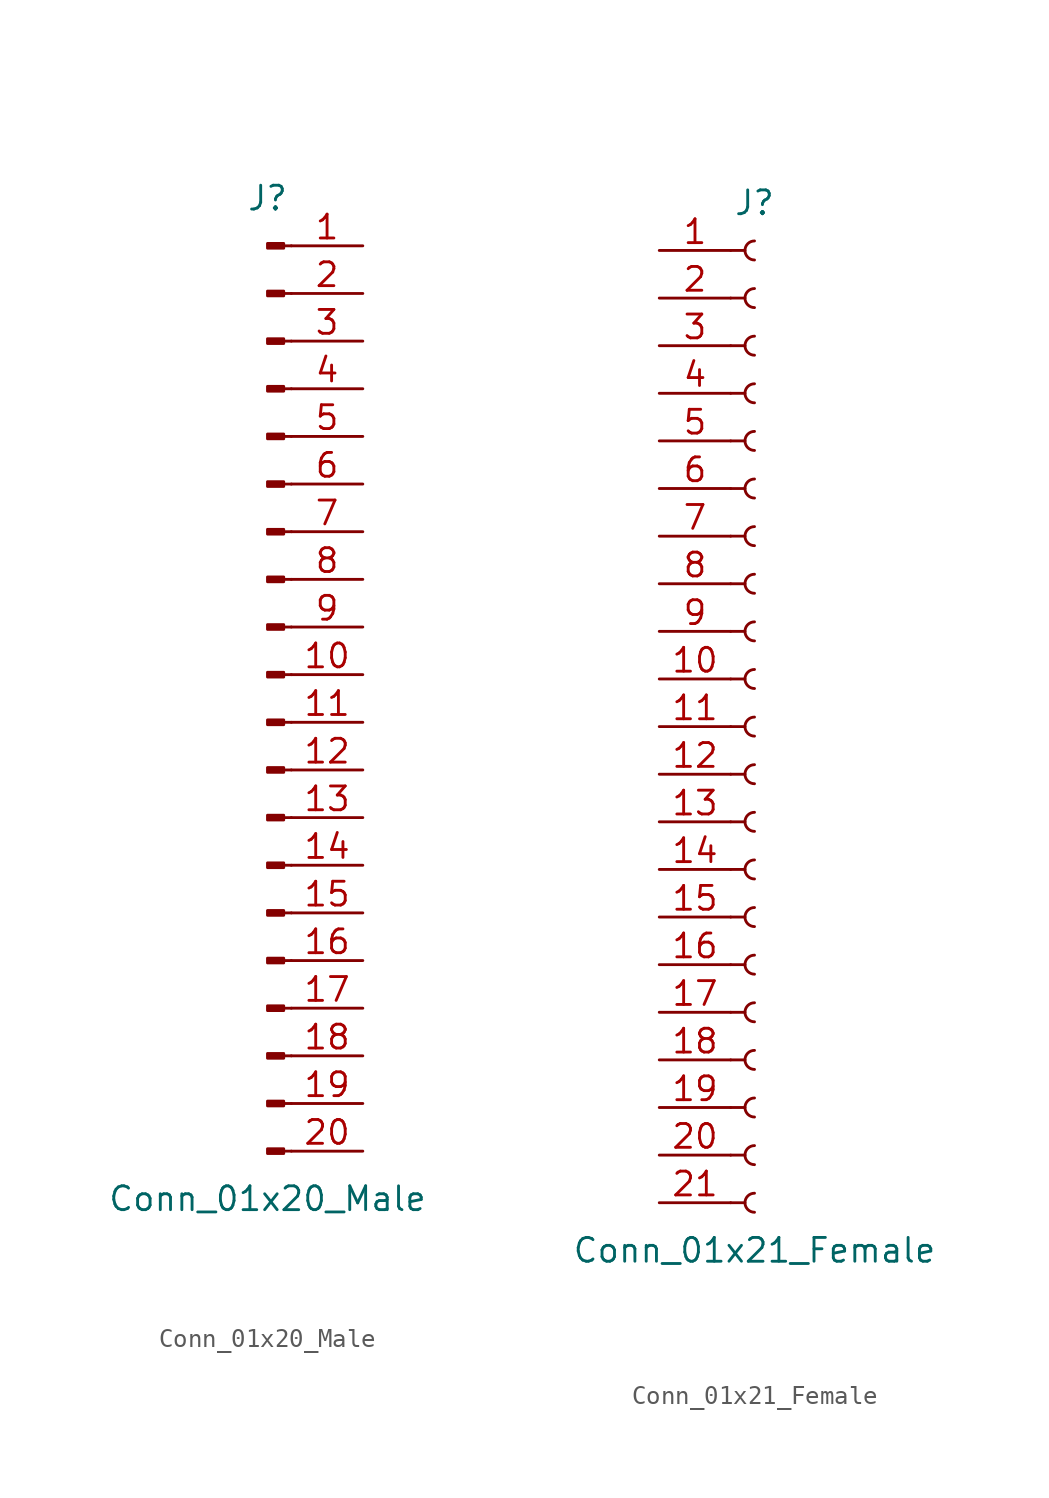
<source format=kicad_sym>
(kicad_symbol_lib
  (version 20220914)
  (generator kicad_symbol_editor)
  (symbol "Conn_01x20_Male"
    (pin_names
      (offset 1.016) hide)
    (property "Reference" "J"
      (at 0 25.4 0)
      (effects (font (size 1.27 1.27))))
    (property "Value" "Conn_01x20_Male"
      (at 0 -27.94 0)
      (effects (font (size 1.27 1.27))))
    (symbol "Conn_01x20_Male_1_1"
      (polyline (pts (xy 1.27 -25.4) (xy 0.864 -25.4)) (stroke (width 0.152) (type default)) (fill (type none)))
      (polyline (pts (xy 1.27 -22.86) (xy 0.864 -22.86)) (stroke (width 0.152) (type default)) (fill (type none)))
      (polyline (pts (xy 1.27 -20.32) (xy 0.864 -20.32)) (stroke (width 0.152) (type default)) (fill (type none)))
      (polyline (pts (xy 1.27 -17.78) (xy 0.864 -17.78)) (stroke (width 0.152) (type default)) (fill (type none)))
      (polyline (pts (xy 1.27 -15.24) (xy 0.864 -15.24)) (stroke (width 0.152) (type default)) (fill (type none)))
      (polyline (pts (xy 1.27 -12.7) (xy 0.864 -12.7)) (stroke (width 0.152) (type default)) (fill (type none)))
      (polyline (pts (xy 1.27 -10.16) (xy 0.864 -10.16)) (stroke (width 0.152) (type default)) (fill (type none)))
      (polyline (pts (xy 1.27 -7.62) (xy 0.864 -7.62)) (stroke (width 0.152) (type default)) (fill (type none)))
      (polyline (pts (xy 1.27 -5.08) (xy 0.864 -5.08)) (stroke (width 0.152) (type default)) (fill (type none)))
      (polyline (pts (xy 1.27 -2.54) (xy 0.864 -2.54)) (stroke (width 0.152) (type default)) (fill (type none)))
      (polyline (pts (xy 1.27 0) (xy 0.864 0)) (stroke (width 0.152) (type default)) (fill (type none)))
      (polyline (pts (xy 1.27 2.54) (xy 0.864 2.54)) (stroke (width 0.152) (type default)) (fill (type none)))
      (polyline (pts (xy 1.27 5.08) (xy 0.864 5.08)) (stroke (width 0.152) (type default)) (fill (type none)))
      (polyline (pts (xy 1.27 7.62) (xy 0.864 7.62)) (stroke (width 0.152) (type default)) (fill (type none)))
      (polyline (pts (xy 1.27 10.16) (xy 0.864 10.16)) (stroke (width 0.152) (type default)) (fill (type none)))
      (polyline (pts (xy 1.27 12.7) (xy 0.864 12.7)) (stroke (width 0.152) (type default)) (fill (type none)))
      (polyline (pts (xy 1.27 15.24) (xy 0.864 15.24)) (stroke (width 0.152) (type default)) (fill (type none)))
      (polyline (pts (xy 1.27 17.78) (xy 0.864 17.78)) (stroke (width 0.152) (type default)) (fill (type none)))
      (polyline (pts (xy 1.27 20.32) (xy 0.864 20.32)) (stroke (width 0.152) (type default)) (fill (type none)))
      (polyline (pts (xy 1.27 22.86) (xy 0.864 22.86)) (stroke (width 0.152) (type default)) (fill (type none)))
      (rectangle (start 0.864 -25.273) (end 0 -25.527) (stroke (width 0.152) (type default)) (fill (type outline)))
      (rectangle (start 0.864 -22.733) (end 0 -22.987) (stroke (width 0.152) (type default)) (fill (type outline)))
      (rectangle (start 0.864 -20.193) (end 0 -20.447) (stroke (width 0.152) (type default)) (fill (type outline)))
      (rectangle (start 0.864 -17.653) (end 0 -17.907) (stroke (width 0.152) (type default)) (fill (type outline)))
      (rectangle (start 0.864 -15.113) (end 0 -15.367) (stroke (width 0.152) (type default)) (fill (type outline)))
      (rectangle (start 0.864 -12.573) (end 0 -12.827) (stroke (width 0.152) (type default)) (fill (type outline)))
      (rectangle (start 0.864 -10.033) (end 0 -10.287) (stroke (width 0.152) (type default)) (fill (type outline)))
      (rectangle (start 0.864 -7.493) (end 0 -7.747) (stroke (width 0.152) (type default)) (fill (type outline)))
      (rectangle (start 0.864 -4.953) (end 0 -5.207) (stroke (width 0.152) (type default)) (fill (type outline)))
      (rectangle (start 0.864 -2.413) (end 0 -2.667) (stroke (width 0.152) (type default)) (fill (type outline)))
      (rectangle (start 0.864 0.127) (end 0 -0.127) (stroke (width 0.152) (type default)) (fill (type outline)))
      (rectangle (start 0.864 2.667) (end 0 2.413) (stroke (width 0.152) (type default)) (fill (type outline)))
      (rectangle (start 0.864 5.207) (end 0 4.953) (stroke (width 0.152) (type default)) (fill (type outline)))
      (rectangle (start 0.864 7.747) (end 0 7.493) (stroke (width 0.152) (type default)) (fill (type outline)))
      (rectangle (start 0.864 10.287) (end 0 10.033) (stroke (width 0.152) (type default)) (fill (type outline)))
      (rectangle (start 0.864 12.827) (end 0 12.573) (stroke (width 0.152) (type default)) (fill (type outline)))
      (rectangle (start 0.864 15.367) (end 0 15.113) (stroke (width 0.152) (type default)) (fill (type outline)))
      (rectangle (start 0.864 17.907) (end 0 17.653) (stroke (width 0.152) (type default)) (fill (type outline)))
      (rectangle (start 0.864 20.447) (end 0 20.193) (stroke (width 0.152) (type default)) (fill (type outline)))
      (rectangle (start 0.864 22.987) (end 0 22.733) (stroke (width 0.152) (type default)) (fill (type outline)))
      (pin passive line (at 5.08 22.86 180) (length 3.81) (name "Pin_1" (effects (font (size 1.27 1.27)))) (number "1" (effects (font (size 1.27 1.27)))))
      (pin passive line (at 5.08 0 180) (length 3.81) (name "Pin_10" (effects (font (size 1.27 1.27)))) (number "10" (effects (font (size 1.27 1.27)))))
      (pin passive line (at 5.08 -2.54 180) (length 3.81) (name "Pin_11" (effects (font (size 1.27 1.27)))) (number "11" (effects (font (size 1.27 1.27)))))
      (pin passive line (at 5.08 -5.08 180) (length 3.81) (name "Pin_12" (effects (font (size 1.27 1.27)))) (number "12" (effects (font (size 1.27 1.27)))))
      (pin passive line (at 5.08 -7.62 180) (length 3.81) (name "Pin_13" (effects (font (size 1.27 1.27)))) (number "13" (effects (font (size 1.27 1.27)))))
      (pin passive line (at 5.08 -10.16 180) (length 3.81) (name "Pin_14" (effects (font (size 1.27 1.27)))) (number "14" (effects (font (size 1.27 1.27)))))
      (pin passive line (at 5.08 -12.7 180) (length 3.81) (name "Pin_15" (effects (font (size 1.27 1.27)))) (number "15" (effects (font (size 1.27 1.27)))))
      (pin passive line (at 5.08 -15.24 180) (length 3.81) (name "Pin_16" (effects (font (size 1.27 1.27)))) (number "16" (effects (font (size 1.27 1.27)))))
      (pin passive line (at 5.08 -17.78 180) (length 3.81) (name "Pin_17" (effects (font (size 1.27 1.27)))) (number "17" (effects (font (size 1.27 1.27)))))
      (pin passive line (at 5.08 -20.32 180) (length 3.81) (name "Pin_18" (effects (font (size 1.27 1.27)))) (number "18" (effects (font (size 1.27 1.27)))))
      (pin passive line (at 5.08 -22.86 180) (length 3.81) (name "Pin_19" (effects (font (size 1.27 1.27)))) (number "19" (effects (font (size 1.27 1.27)))))
      (pin passive line (at 5.08 20.32 180) (length 3.81) (name "Pin_2" (effects (font (size 1.27 1.27)))) (number "2" (effects (font (size 1.27 1.27)))))
      (pin passive line (at 5.08 -25.4 180) (length 3.81) (name "Pin_20" (effects (font (size 1.27 1.27)))) (number "20" (effects (font (size 1.27 1.27)))))
      (pin passive line (at 5.08 17.78 180) (length 3.81) (name "Pin_3" (effects (font (size 1.27 1.27)))) (number "3" (effects (font (size 1.27 1.27)))))
      (pin passive line (at 5.08 15.24 180) (length 3.81) (name "Pin_4" (effects (font (size 1.27 1.27)))) (number "4" (effects (font (size 1.27 1.27)))))
      (pin passive line (at 5.08 12.7 180) (length 3.81) (name "Pin_5" (effects (font (size 1.27 1.27)))) (number "5" (effects (font (size 1.27 1.27)))))
      (pin passive line (at 5.08 10.16 180) (length 3.81) (name "Pin_6" (effects (font (size 1.27 1.27)))) (number "6" (effects (font (size 1.27 1.27)))))
      (pin passive line (at 5.08 7.62 180) (length 3.81) (name "Pin_7" (effects (font (size 1.27 1.27)))) (number "7" (effects (font (size 1.27 1.27)))))
      (pin passive line (at 5.08 5.08 180) (length 3.81) (name "Pin_8" (effects (font (size 1.27 1.27)))) (number "8" (effects (font (size 1.27 1.27)))))
      (pin passive line (at 5.08 2.54 180) (length 3.81) (name "Pin_9" (effects (font (size 1.27 1.27)))) (number "9" (effects (font (size 1.27 1.27)))))))
  (symbol "Conn_01x21_Female"
    (pin_names
      (offset 1.016) hide)
    (property "Reference" "J"
      (at 0 27.94 0)
      (effects (font (size 1.27 1.27))))
    (property "Value" "Conn_01x21_Female"
      (at 0 -27.94 0)
      (effects (font (size 1.27 1.27))))
    (symbol "Conn_01x21_Female_1_1"
      (arc (start 0 -24.892) (mid -0.5058 -25.4) (end 0 -25.908) (stroke (width 0.1524) (type default)) (fill (type none)))
      (arc (start 0 -22.352) (mid -0.5058 -22.86) (end 0 -23.368) (stroke (width 0.1524) (type default)) (fill (type none)))
      (arc (start 0 -19.812) (mid -0.5058 -20.32) (end 0 -20.828) (stroke (width 0.1524) (type default)) (fill (type none)))
      (arc (start 0 -17.272) (mid -0.5058 -17.78) (end 0 -18.288) (stroke (width 0.1524) (type default)) (fill (type none)))
      (arc (start 0 -14.732) (mid -0.5058 -15.24) (end 0 -15.748) (stroke (width 0.1524) (type default)) (fill (type none)))
      (arc (start 0 -12.192) (mid -0.5058 -12.7) (end 0 -13.208) (stroke (width 0.1524) (type default)) (fill (type none)))
      (arc (start 0 -9.652) (mid -0.5058 -10.16) (end 0 -10.668) (stroke (width 0.1524) (type default)) (fill (type none)))
      (arc (start 0 -7.112) (mid -0.5058 -7.62) (end 0 -8.128) (stroke (width 0.1524) (type default)) (fill (type none)))
      (arc (start 0 -4.572) (mid -0.5058 -5.08) (end 0 -5.588) (stroke (width 0.1524) (type default)) (fill (type none)))
      (arc (start 0 -2.032) (mid -0.5058 -2.54) (end 0 -3.048) (stroke (width 0.1524) (type default)) (fill (type none)))
      (polyline (pts (xy -1.27 -25.4) (xy -0.508 -25.4)) (stroke (width 0.152) (type default)) (fill (type none)))
      (polyline (pts (xy -1.27 -22.86) (xy -0.508 -22.86)) (stroke (width 0.152) (type default)) (fill (type none)))
      (polyline (pts (xy -1.27 -20.32) (xy -0.508 -20.32)) (stroke (width 0.152) (type default)) (fill (type none)))
      (polyline (pts (xy -1.27 -17.78) (xy -0.508 -17.78)) (stroke (width 0.152) (type default)) (fill (type none)))
      (polyline (pts (xy -1.27 -15.24) (xy -0.508 -15.24)) (stroke (width 0.152) (type default)) (fill (type none)))
      (polyline (pts (xy -1.27 -12.7) (xy -0.508 -12.7)) (stroke (width 0.152) (type default)) (fill (type none)))
      (polyline (pts (xy -1.27 -10.16) (xy -0.508 -10.16)) (stroke (width 0.152) (type default)) (fill (type none)))
      (polyline (pts (xy -1.27 -7.62) (xy -0.508 -7.62)) (stroke (width 0.152) (type default)) (fill (type none)))
      (polyline (pts (xy -1.27 -5.08) (xy -0.508 -5.08)) (stroke (width 0.152) (type default)) (fill (type none)))
      (polyline (pts (xy -1.27 -2.54) (xy -0.508 -2.54)) (stroke (width 0.152) (type default)) (fill (type none)))
      (polyline (pts (xy -1.27 0) (xy -0.508 0)) (stroke (width 0.152) (type default)) (fill (type none)))
      (polyline (pts (xy -1.27 2.54) (xy -0.508 2.54)) (stroke (width 0.152) (type default)) (fill (type none)))
      (polyline (pts (xy -1.27 5.08) (xy -0.508 5.08)) (stroke (width 0.152) (type default)) (fill (type none)))
      (polyline (pts (xy -1.27 7.62) (xy -0.508 7.62)) (stroke (width 0.152) (type default)) (fill (type none)))
      (polyline (pts (xy -1.27 10.16) (xy -0.508 10.16)) (stroke (width 0.152) (type default)) (fill (type none)))
      (polyline (pts (xy -1.27 12.7) (xy -0.508 12.7)) (stroke (width 0.152) (type default)) (fill (type none)))
      (polyline (pts (xy -1.27 15.24) (xy -0.508 15.24)) (stroke (width 0.152) (type default)) (fill (type none)))
      (polyline (pts (xy -1.27 17.78) (xy -0.508 17.78)) (stroke (width 0.152) (type default)) (fill (type none)))
      (polyline (pts (xy -1.27 20.32) (xy -0.508 20.32)) (stroke (width 0.152) (type default)) (fill (type none)))
      (polyline (pts (xy -1.27 22.86) (xy -0.508 22.86)) (stroke (width 0.152) (type default)) (fill (type none)))
      (polyline (pts (xy -1.27 25.4) (xy -0.508 25.4)) (stroke (width 0.152) (type default)) (fill (type none)))
      (arc (start 0 0.508) (mid -0.5058 0) (end 0 -0.508) (stroke (width 0.1524) (type default)) (fill (type none)))
      (arc (start 0 3.048) (mid -0.5058 2.54) (end 0 2.032) (stroke (width 0.1524) (type default)) (fill (type none)))
      (arc (start 0 5.588) (mid -0.5058 5.08) (end 0 4.572) (stroke (width 0.1524) (type default)) (fill (type none)))
      (arc (start 0 8.128) (mid -0.5058 7.62) (end 0 7.112) (stroke (width 0.1524) (type default)) (fill (type none)))
      (arc (start 0 10.668) (mid -0.5058 10.16) (end 0 9.652) (stroke (width 0.1524) (type default)) (fill (type none)))
      (arc (start 0 13.208) (mid -0.5058 12.7) (end 0 12.192) (stroke (width 0.1524) (type default)) (fill (type none)))
      (arc (start 0 15.748) (mid -0.5058 15.24) (end 0 14.732) (stroke (width 0.1524) (type default)) (fill (type none)))
      (arc (start 0 18.288) (mid -0.5058 17.78) (end 0 17.272) (stroke (width 0.1524) (type default)) (fill (type none)))
      (arc (start 0 20.828) (mid -0.5058 20.32) (end 0 19.812) (stroke (width 0.1524) (type default)) (fill (type none)))
      (arc (start 0 23.368) (mid -0.5058 22.86) (end 0 22.352) (stroke (width 0.1524) (type default)) (fill (type none)))
      (arc (start 0 25.908) (mid -0.5058 25.4) (end 0 24.892) (stroke (width 0.1524) (type default)) (fill (type none)))
      (pin passive line (at -5.08 25.4 0) (length 3.81) (name "Pin_1" (effects (font (size 1.27 1.27)))) (number "1" (effects (font (size 1.27 1.27)))))
      (pin passive line (at -5.08 2.54 0) (length 3.81) (name "Pin_10" (effects (font (size 1.27 1.27)))) (number "10" (effects (font (size 1.27 1.27)))))
      (pin passive line (at -5.08 0 0) (length 3.81) (name "Pin_11" (effects (font (size 1.27 1.27)))) (number "11" (effects (font (size 1.27 1.27)))))
      (pin passive line (at -5.08 -2.54 0) (length 3.81) (name "Pin_12" (effects (font (size 1.27 1.27)))) (number "12" (effects (font (size 1.27 1.27)))))
      (pin passive line (at -5.08 -5.08 0) (length 3.81) (name "Pin_13" (effects (font (size 1.27 1.27)))) (number "13" (effects (font (size 1.27 1.27)))))
      (pin passive line (at -5.08 -7.62 0) (length 3.81) (name "Pin_14" (effects (font (size 1.27 1.27)))) (number "14" (effects (font (size 1.27 1.27)))))
      (pin passive line (at -5.08 -10.16 0) (length 3.81) (name "Pin_15" (effects (font (size 1.27 1.27)))) (number "15" (effects (font (size 1.27 1.27)))))
      (pin passive line (at -5.08 -12.7 0) (length 3.81) (name "Pin_16" (effects (font (size 1.27 1.27)))) (number "16" (effects (font (size 1.27 1.27)))))
      (pin passive line (at -5.08 -15.24 0) (length 3.81) (name "Pin_17" (effects (font (size 1.27 1.27)))) (number "17" (effects (font (size 1.27 1.27)))))
      (pin passive line (at -5.08 -17.78 0) (length 3.81) (name "Pin_18" (effects (font (size 1.27 1.27)))) (number "18" (effects (font (size 1.27 1.27)))))
      (pin passive line (at -5.08 -20.32 0) (length 3.81) (name "Pin_19" (effects (font (size 1.27 1.27)))) (number "19" (effects (font (size 1.27 1.27)))))
      (pin passive line (at -5.08 22.86 0) (length 3.81) (name "Pin_2" (effects (font (size 1.27 1.27)))) (number "2" (effects (font (size 1.27 1.27)))))
      (pin passive line (at -5.08 -22.86 0) (length 3.81) (name "Pin_20" (effects (font (size 1.27 1.27)))) (number "20" (effects (font (size 1.27 1.27)))))
      (pin passive line (at -5.08 -25.4 0) (length 3.81) (name "Pin_21" (effects (font (size 1.27 1.27)))) (number "21" (effects (font (size 1.27 1.27)))))
      (pin passive line (at -5.08 20.32 0) (length 3.81) (name "Pin_3" (effects (font (size 1.27 1.27)))) (number "3" (effects (font (size 1.27 1.27)))))
      (pin passive line (at -5.08 17.78 0) (length 3.81) (name "Pin_4" (effects (font (size 1.27 1.27)))) (number "4" (effects (font (size 1.27 1.27)))))
      (pin passive line (at -5.08 15.24 0) (length 3.81) (name "Pin_5" (effects (font (size 1.27 1.27)))) (number "5" (effects (font (size 1.27 1.27)))))
      (pin passive line (at -5.08 12.7 0) (length 3.81) (name "Pin_6" (effects (font (size 1.27 1.27)))) (number "6" (effects (font (size 1.27 1.27)))))
      (pin passive line (at -5.08 10.16 0) (length 3.81) (name "Pin_7" (effects (font (size 1.27 1.27)))) (number "7" (effects (font (size 1.27 1.27)))))
      (pin passive line (at -5.08 7.62 0) (length 3.81) (name "Pin_8" (effects (font (size 1.27 1.27)))) (number "8" (effects (font (size 1.27 1.27)))))
      (pin passive line (at -5.08 5.08 0) (length 3.81) (name "Pin_9" (effects (font (size 1.27 1.27)))) (number "9" (effects (font (size 1.27 1.27))))))))
</source>
